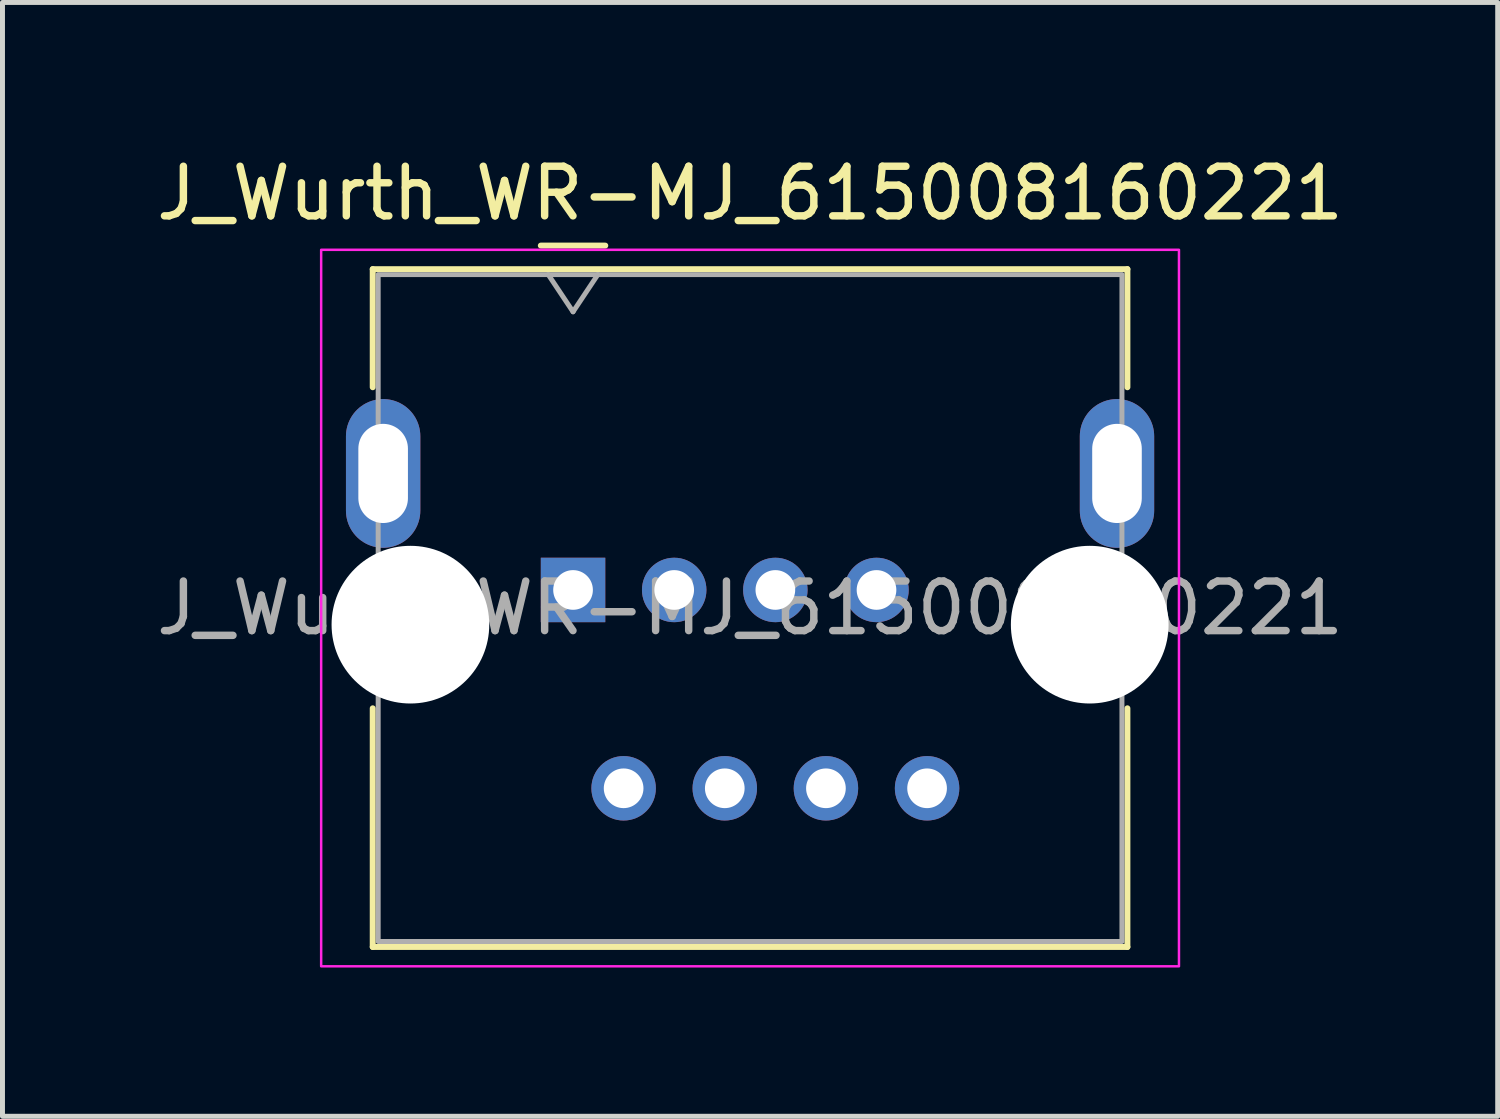
<source format=kicad_pcb>
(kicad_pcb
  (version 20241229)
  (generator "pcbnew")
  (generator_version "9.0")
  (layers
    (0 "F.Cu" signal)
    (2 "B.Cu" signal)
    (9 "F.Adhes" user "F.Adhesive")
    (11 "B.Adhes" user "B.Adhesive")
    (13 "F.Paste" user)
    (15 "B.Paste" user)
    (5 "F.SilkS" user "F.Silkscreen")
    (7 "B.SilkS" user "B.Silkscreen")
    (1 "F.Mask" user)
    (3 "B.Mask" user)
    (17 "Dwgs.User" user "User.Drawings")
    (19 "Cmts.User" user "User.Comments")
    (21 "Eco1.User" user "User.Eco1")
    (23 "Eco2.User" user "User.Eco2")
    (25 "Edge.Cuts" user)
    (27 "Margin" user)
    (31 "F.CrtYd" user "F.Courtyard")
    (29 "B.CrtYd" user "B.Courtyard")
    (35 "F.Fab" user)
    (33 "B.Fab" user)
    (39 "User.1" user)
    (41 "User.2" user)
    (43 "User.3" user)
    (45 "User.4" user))
  (footprint "J_Wurth_WR-MJ_615008160221"
    (layer "F.Cu")
    (at 8.507 8.848)
    (property "Reference" "J_Wurth_WR-MJ_615008160221" (at 3.57 -8 0) (unlocked yes) (layer "F.SilkS") (effects (font (size 1 1) (thickness 0.15))))
    (attr through_hole)
    (fp_line (start -4.04 -4.088) (end -4.04 -6.47) (stroke (width 0.12) (type solid)) (layer "F.SilkS"))
    (fp_line (start -4.04 -6.47) (end 11.18 -6.47) (stroke (width 0.12) (type solid)) (layer "F.SilkS"))
    (fp_line (start -4.04 2.387) (end -4.04 7.2) (stroke (width 0.12) (type solid)) (layer "F.SilkS"))
    (fp_line (start 0.65 -6.945) (end -0.65 -6.945) (stroke (width 0.12) (type solid)) (layer "F.SilkS"))
    (fp_line (start 11.18 -4.088) (end 11.18 -6.47) (stroke (width 0.12) (type solid)) (layer "F.SilkS"))
    (fp_line (start 11.18 2.387) (end 11.18 7.2) (stroke (width 0.12) (type solid)) (layer "F.SilkS"))
    (fp_line (start 11.18 7.2) (end -4.04 7.2) (stroke (width 0.12) (type solid)) (layer "F.SilkS"))
    (fp_rect (start -5.08 -6.86) (end 12.22 7.59) (stroke (width 0.05) (type solid)) (fill no) (layer "F.CrtYd"))
    (fp_line (start 0 -5.61) (end -0.5 -6.36) (stroke (width 0.1) (type solid)) (layer "F.Fab"))
    (fp_line (start 0 -5.61) (end 0.5 -6.36) (stroke (width 0.1) (type solid)) (layer "F.Fab"))
    (fp_rect (start -3.93 -6.36) (end 11.07 7.09) (stroke (width 0.1) (type solid)) (fill no) (layer "F.Fab"))
    (fp_text user "${REFERENCE}" (at 3.57 0.365 0) (unlocked yes) (layer "F.Fab") (effects (font (size 1 1) (thickness 0.15))))
    (pad "" np_thru_hole circle (at -3.28 0.7 180) (size 3.18 3.18) (drill 3.18) (layers "*.Cu" "*.Mask"))
    (pad "" np_thru_hole circle (at 10.42 0.7 180) (size 3.18 3.18) (drill 3.18) (layers "*.Cu" "*.Mask"))
    (pad "1" thru_hole rect (at 0 0 180) (size 1.3 1.3) (drill 0.8) (layers "*.Cu" "*.Mask"))
    (pad "2" thru_hole circle (at 1.02 4 180) (size 1.3 1.3) (drill 0.8) (layers "*.Cu" "*.Mask"))
    (pad "3" thru_hole circle (at 2.04 0 180) (size 1.3 1.3) (drill 0.8) (layers "*.Cu" "*.Mask"))
    (pad "4" thru_hole circle (at 3.06 4 180) (size 1.3 1.3) (drill 0.8) (layers "*.Cu" "*.Mask"))
    (pad "5" thru_hole circle (at 4.08 0 180) (size 1.3 1.3) (drill 0.8) (layers "*.Cu" "*.Mask"))
    (pad "6" thru_hole circle (at 5.1 4 180) (size 1.3 1.3) (drill 0.8) (layers "*.Cu" "*.Mask"))
    (pad "7" thru_hole circle (at 6.12 0 180) (size 1.3 1.3) (drill 0.8) (layers "*.Cu" "*.Mask"))
    (pad "8" thru_hole circle (at 7.14 4 180) (size 1.3 1.3) (drill 0.8) (layers "*.Cu" "*.Mask"))
    (pad "S1" thru_hole oval (at 10.97 -2.35 270) (size 3 1.5) (drill oval 2 1) (layers "*.Cu" "*.Mask"))
    (pad "S2" thru_hole oval (at -3.83 -2.35 270) (size 3 1.5) (drill oval 2 1) (layers "*.Cu" "*.Mask")))
  (gr_rect
    (start -3 -3)
    (end 27.155 19.463)
    (stroke (width 0.1) (type default))
    (fill no)
    (layer "Edge.Cuts")))
</source>
